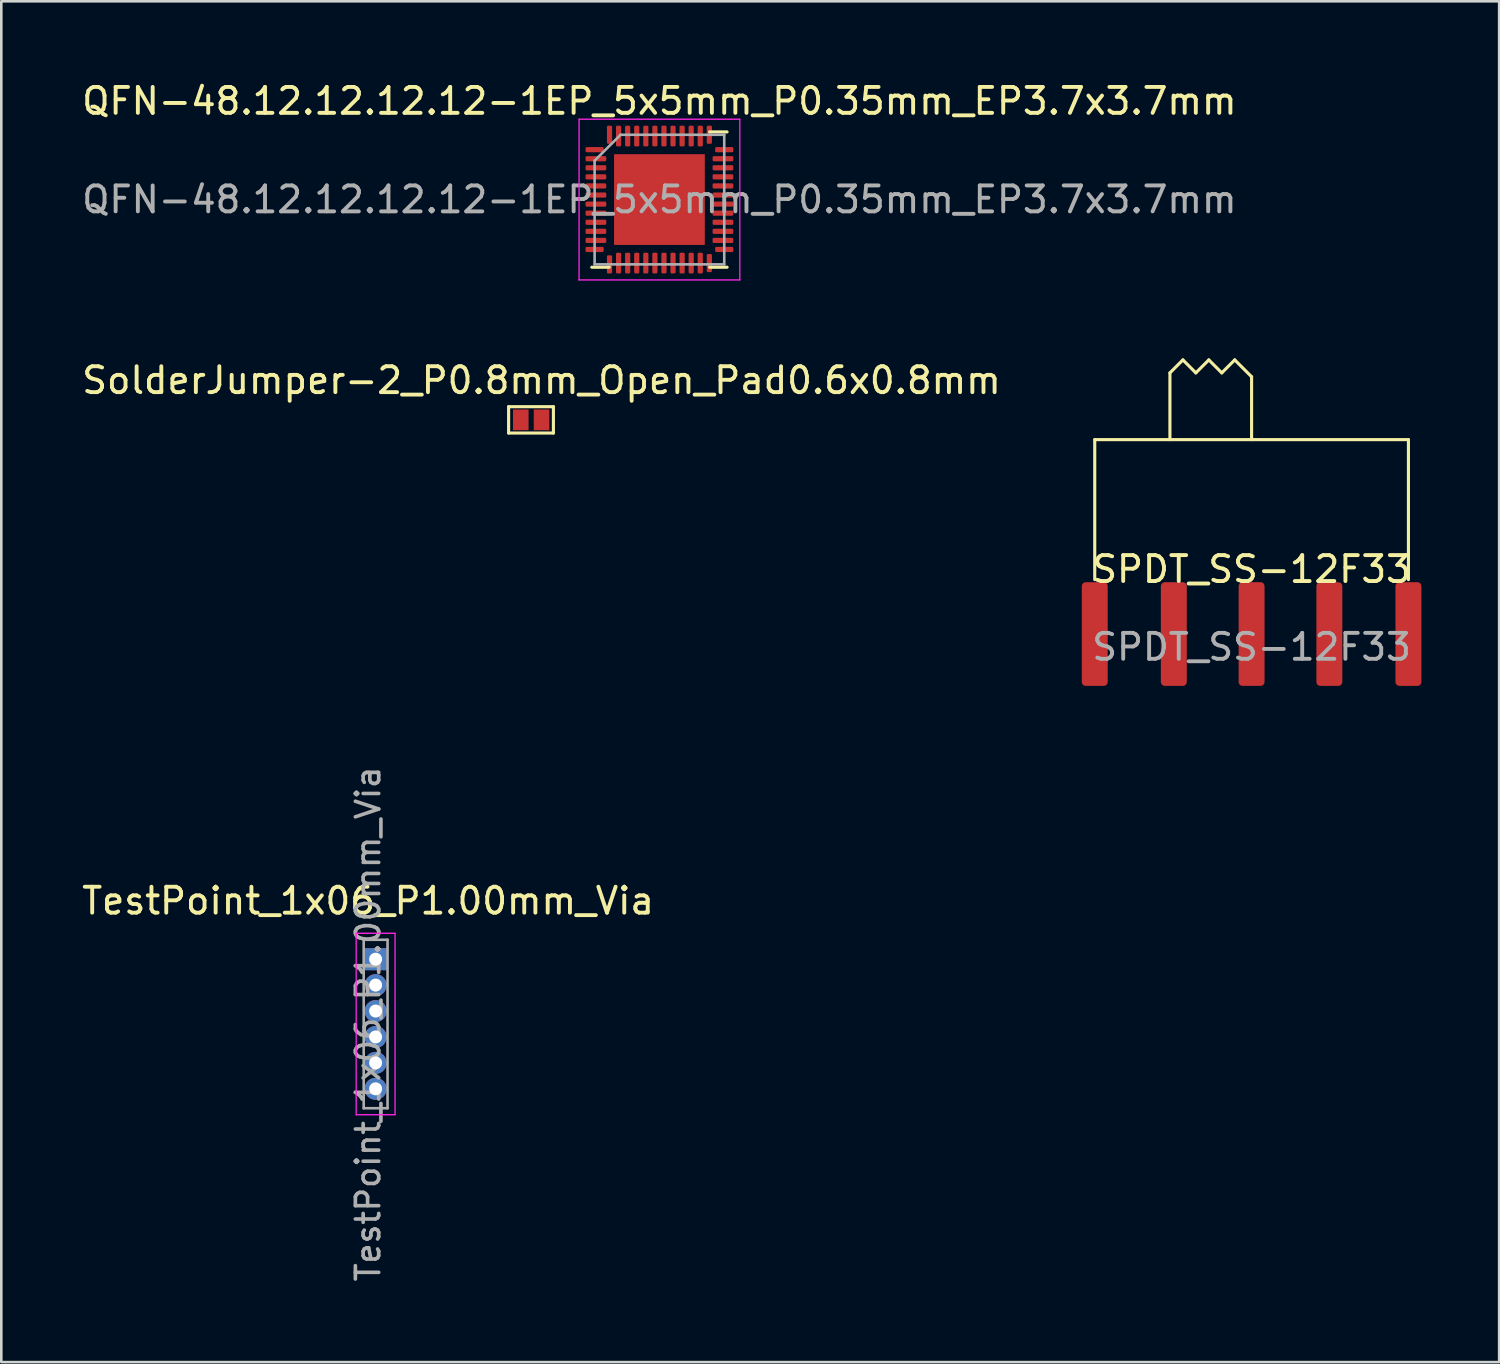
<source format=kicad_pcb>
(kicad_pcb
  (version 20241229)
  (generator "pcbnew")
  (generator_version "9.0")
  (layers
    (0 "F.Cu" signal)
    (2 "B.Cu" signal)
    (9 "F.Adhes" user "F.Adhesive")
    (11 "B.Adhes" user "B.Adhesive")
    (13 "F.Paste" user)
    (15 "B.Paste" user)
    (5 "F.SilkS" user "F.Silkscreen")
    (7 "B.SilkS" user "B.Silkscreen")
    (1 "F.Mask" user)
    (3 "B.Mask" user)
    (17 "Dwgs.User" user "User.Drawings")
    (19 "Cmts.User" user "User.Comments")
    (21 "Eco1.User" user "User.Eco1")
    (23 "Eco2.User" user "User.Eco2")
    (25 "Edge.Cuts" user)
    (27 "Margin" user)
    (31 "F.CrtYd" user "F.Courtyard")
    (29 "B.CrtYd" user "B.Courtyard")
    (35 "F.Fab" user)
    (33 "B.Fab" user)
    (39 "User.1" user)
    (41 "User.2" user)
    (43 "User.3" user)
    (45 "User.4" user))
  (footprint "SPDT_SS-12F33"
    (layer "F.Cu")
    (at 45.229 19.408)
    (property "Reference" "SPDT_SS-12F33" (at 0 -0.5 0) (unlocked yes) (layer "F.SilkS") (effects (font (size 1 1) (thickness 0.15))))
    (attr smd)
    (fp_line (start -6.05 -0.1) (end -6.05 -5.5) (stroke (width 0.12) (type default)) (layer "F.SilkS"))
    (fp_line (start -3.15 -8.075) (end -2.65 -8.575) (stroke (width 0.12) (type default)) (layer "F.SilkS"))
    (fp_line (start -3.15 -5.5) (end -3.15 -8.075) (stroke (width 0.12) (type default)) (layer "F.SilkS"))
    (fp_line (start -2.65 -8.575) (end -2.15 -8.075) (stroke (width 0.12) (type default)) (layer "F.SilkS"))
    (fp_line (start -2.15 -8.075) (end -1.65 -8.575) (stroke (width 0.12) (type default)) (layer "F.SilkS"))
    (fp_line (start -1.65 -8.575) (end -1.15 -8.075) (stroke (width 0.12) (type default)) (layer "F.SilkS"))
    (fp_line (start -1.15 -8.075) (end -0.65 -8.575) (stroke (width 0.12) (type default)) (layer "F.SilkS"))
    (fp_line (start -0.65 -8.575) (end 0 -7.925) (stroke (width 0.12) (type default)) (layer "F.SilkS"))
    (fp_line (start 0 -7.925) (end 0 -5.5) (stroke (width 0.12) (type default)) (layer "F.SilkS"))
    (fp_line (start 6.05 -5.5) (end -6.05 -5.5) (stroke (width 0.12) (type default)) (layer "F.SilkS"))
    (fp_line (start 6.05 -0.1) (end 6.05 -5.5) (stroke (width 0.12) (type default)) (layer "F.SilkS"))
    (fp_text user "${REFERENCE}" (at 0 2.5 0) (unlocked yes) (layer "F.Fab") (effects (font (size 1 1) (thickness 0.15))))
    (pad "1" smd roundrect (at -3 2) (size 1 4) (layers "F.Cu" "F.Mask" "F.Paste") (roundrect_rratio 0.15))
    (pad "2" smd roundrect (at 0 2) (size 1 4) (layers "F.Cu" "F.Mask" "F.Paste") (roundrect_rratio 0.15))
    (pad "3" smd roundrect (at 3 2) (size 1 4) (layers "F.Cu" "F.Mask" "F.Paste") (roundrect_rratio 0.15))
    (pad "4" smd roundrect (at -6.05 2) (size 1 4) (layers "F.Cu" "F.Mask" "F.Paste") (roundrect_rratio 0.15))
    (pad "4" smd roundrect (at 6.05 2) (size 1 4) (layers "F.Cu" "F.Mask" "F.Paste") (roundrect_rratio 0.15)))
  (footprint "SolderJumper-2_P0.8mm_Open_Pad0.6x0.8mm"
    (layer "F.Cu")
    (at 17.443 13.146)
    (property "Reference" "SolderJumper-2_P0.8mm_Open_Pad0.6x0.8mm" (at 0.396 -1.524 0) (layer "F.SilkS") (effects (font (size 1 1) (thickness 0.15))))
    (attr through_hole)
    (fp_line (start -0.874 -0.508) (end 0.854 -0.508) (stroke (width 0.12) (type solid)) (layer "F.SilkS"))
    (fp_line (start -0.874 0.508) (end -0.874 -0.508) (stroke (width 0.12) (type solid)) (layer "F.SilkS"))
    (fp_line (start 0.854 -0.508) (end 0.854 0.508) (stroke (width 0.12) (type solid)) (layer "F.SilkS"))
    (fp_line (start 0.854 0.508) (end -0.874 0.508) (stroke (width 0.12) (type solid)) (layer "F.SilkS"))
    (pad "1" smd rect (at -0.404 0) (size 0.6 0.8) (layers "F.Cu" "F.Mask" "F.Paste"))
    (pad "2" smd rect (at 0.396 0) (size 0.6 0.8) (layers "F.Cu" "F.Mask" "F.Paste")))
  (footprint "QFN-48.12.12.12.12-1EP_5x5mm_P0.35mm_EP3.7x3.7mm"
    (layer "F.Cu")
    (at 22.387 4.648)
    (property "Reference" "QFN-48.12.12.12.12-1EP_5x5mm_P0.35mm_EP3.7x3.7mm" (at 0 -3.8 0) (layer "F.SilkS") (effects (font (size 1 1) (thickness 0.15))))
    (attr smd)
    (fp_line (start -1.935 2.61) (end -2.61 2.61) (stroke (width 0.12) (type solid)) (layer "F.SilkS"))
    (fp_line (start 1.935 -2.61) (end 2.61 -2.61) (stroke (width 0.12) (type solid)) (layer "F.SilkS"))
    (fp_line (start 1.935 2.61) (end 2.61 2.61) (stroke (width 0.12) (type solid)) (layer "F.SilkS"))
    (fp_line (start -3.1 -3.1) (end -3.1 3.1) (stroke (width 0.05) (type solid)) (layer "F.CrtYd"))
    (fp_line (start -3.1 3.1) (end 3.1 3.1) (stroke (width 0.05) (type solid)) (layer "F.CrtYd"))
    (fp_line (start 3.1 -3.1) (end -3.1 -3.1) (stroke (width 0.05) (type solid)) (layer "F.CrtYd"))
    (fp_line (start 3.1 3.1) (end 3.1 -3.1) (stroke (width 0.05) (type solid)) (layer "F.CrtYd"))
    (fp_line (start -2.5 -1.5) (end -1.5 -2.5) (stroke (width 0.1) (type solid)) (layer "F.Fab"))
    (fp_line (start -2.5 2.5) (end -2.5 -1.5) (stroke (width 0.1) (type solid)) (layer "F.Fab"))
    (fp_line (start -1.5 -2.5) (end 2.5 -2.5) (stroke (width 0.1) (type solid)) (layer "F.Fab"))
    (fp_line (start 2.5 -2.5) (end 2.5 2.5) (stroke (width 0.1) (type solid)) (layer "F.Fab"))
    (fp_line (start 2.5 2.5) (end -2.5 2.5) (stroke (width 0.1) (type solid)) (layer "F.Fab"))
    (fp_text user "${REFERENCE}" (at 0 0 0) (layer "F.Fab") (effects (font (size 1 1) (thickness 0.15))))
    (pad "" smd roundrect (at -1.23 -1.23) (size 0.99 0.99) (layers "F.Paste") (roundrect_rratio 0.25))
    (pad "" smd roundrect (at -1.23 0) (size 0.99 0.99) (layers "F.Paste") (roundrect_rratio 0.25))
    (pad "" smd roundrect (at -1.23 1.23) (size 0.99 0.99) (layers "F.Paste") (roundrect_rratio 0.25))
    (pad "" smd roundrect (at 0 -1.23) (size 0.99 0.99) (layers "F.Paste") (roundrect_rratio 0.25))
    (pad "" smd roundrect (at 0 0) (size 0.99 0.99) (layers "F.Paste") (roundrect_rratio 0.25))
    (pad "" smd roundrect (at 0 1.23) (size 0.99 0.99) (layers "F.Paste") (roundrect_rratio 0.25))
    (pad "" smd roundrect (at 1.23 -1.23) (size 0.99 0.99) (layers "F.Paste") (roundrect_rratio 0.25))
    (pad "" smd roundrect (at 1.23 0) (size 0.99 0.99) (layers "F.Paste") (roundrect_rratio 0.25))
    (pad "" smd roundrect (at 1.23 1.23) (size 0.99 0.99) (layers "F.Paste") (roundrect_rratio 0.25))
    (pad "1" smd roundrect (at -2.5 -1.925) (size 0.7 0.2) (layers "F.Cu" "F.Mask" "F.Paste") (roundrect_rratio 0.25))
    (pad "2" smd roundrect (at -2.45 -1.575) (size 0.8 0.2) (layers "F.Cu" "F.Mask" "F.Paste") (roundrect_rratio 0.25))
    (pad "3" smd roundrect (at -2.45 -1.225) (size 0.8 0.2) (layers "F.Cu" "F.Mask" "F.Paste") (roundrect_rratio 0.25))
    (pad "4" smd roundrect (at -2.45 -0.875) (size 0.8 0.2) (layers "F.Cu" "F.Mask" "F.Paste") (roundrect_rratio 0.25))
    (pad "5" smd roundrect (at -2.45 -0.525) (size 0.8 0.2) (layers "F.Cu" "F.Mask" "F.Paste") (roundrect_rratio 0.25))
    (pad "6" smd roundrect (at -2.45 -0.175) (size 0.8 0.2) (layers "F.Cu" "F.Mask" "F.Paste") (roundrect_rratio 0.25))
    (pad "7" smd roundrect (at -2.45 0.175) (size 0.8 0.2) (layers "F.Cu" "F.Mask" "F.Paste") (roundrect_rratio 0.25))
    (pad "8" smd roundrect (at -2.45 0.525) (size 0.8 0.2) (layers "F.Cu" "F.Mask" "F.Paste") (roundrect_rratio 0.25))
    (pad "9" smd roundrect (at -2.45 0.875) (size 0.8 0.2) (layers "F.Cu" "F.Mask" "F.Paste") (roundrect_rratio 0.25))
    (pad "10" smd roundrect (at -2.45 1.225) (size 0.8 0.2) (layers "F.Cu" "F.Mask" "F.Paste") (roundrect_rratio 0.25))
    (pad "11" smd roundrect (at -2.45 1.575) (size 0.8 0.2) (layers "F.Cu" "F.Mask" "F.Paste") (roundrect_rratio 0.25))
    (pad "12" smd roundrect (at -2.5 1.925) (size 0.7 0.2) (layers "F.Cu" "F.Mask" "F.Paste") (roundrect_rratio 0.25))
    (pad "13" smd roundrect (at -1.925 2.5 90) (size 0.7 0.2) (layers "F.Cu" "F.Mask" "F.Paste") (roundrect_rratio 0.25))
    (pad "14" smd roundrect (at -1.575 2.45 90) (size 0.8 0.2) (layers "F.Cu" "F.Mask" "F.Paste") (roundrect_rratio 0.25))
    (pad "15" smd roundrect (at -1.225 2.45) (size 0.2 0.8) (layers "F.Cu" "F.Mask" "F.Paste") (roundrect_rratio 0.25))
    (pad "16" smd roundrect (at -0.875 2.45) (size 0.2 0.8) (layers "F.Cu" "F.Mask" "F.Paste") (roundrect_rratio 0.25))
    (pad "17" smd roundrect (at -0.525 2.45) (size 0.2 0.8) (layers "F.Cu" "F.Mask" "F.Paste") (roundrect_rratio 0.25))
    (pad "18" smd roundrect (at -0.175 2.45) (size 0.2 0.8) (layers "F.Cu" "F.Mask" "F.Paste") (roundrect_rratio 0.25))
    (pad "19" smd roundrect (at 0.175 2.45) (size 0.2 0.8) (layers "F.Cu" "F.Mask" "F.Paste") (roundrect_rratio 0.25))
    (pad "20" smd roundrect (at 0.525 2.45) (size 0.2 0.8) (layers "F.Cu" "F.Mask" "F.Paste") (roundrect_rratio 0.25))
    (pad "21" smd roundrect (at 0.875 2.45) (size 0.2 0.8) (layers "F.Cu" "F.Mask" "F.Paste") (roundrect_rratio 0.25))
    (pad "22" smd roundrect (at 1.225 2.45) (size 0.2 0.8) (layers "F.Cu" "F.Mask" "F.Paste") (roundrect_rratio 0.25))
    (pad "23" smd roundrect (at 1.575 2.45) (size 0.2 0.8) (layers "F.Cu" "F.Mask" "F.Paste") (roundrect_rratio 0.25))
    (pad "24" smd roundrect (at 1.925 2.45) (size 0.2 0.7) (layers "F.Cu" "F.Mask" "F.Paste") (roundrect_rratio 0.25))
    (pad "25" smd roundrect (at 2.5 1.925 180) (size 0.7 0.2) (layers "F.Cu" "F.Mask" "F.Paste") (roundrect_rratio 0.25))
    (pad "26" smd roundrect (at 2.45 1.575) (size 0.8 0.2) (layers "F.Cu" "F.Mask" "F.Paste") (roundrect_rratio 0.25))
    (pad "27" smd roundrect (at 2.45 1.225) (size 0.8 0.2) (layers "F.Cu" "F.Mask" "F.Paste") (roundrect_rratio 0.25))
    (pad "28" smd roundrect (at 2.45 0.875) (size 0.8 0.2) (layers "F.Cu" "F.Mask" "F.Paste") (roundrect_rratio 0.25))
    (pad "29" smd roundrect (at 2.45 0.525) (size 0.8 0.2) (layers "F.Cu" "F.Mask" "F.Paste") (roundrect_rratio 0.25))
    (pad "30" smd roundrect (at 2.45 0.175) (size 0.8 0.2) (layers "F.Cu" "F.Mask" "F.Paste") (roundrect_rratio 0.25))
    (pad "31" smd roundrect (at 2.45 -0.175) (size 0.8 0.2) (layers "F.Cu" "F.Mask" "F.Paste") (roundrect_rratio 0.25))
    (pad "32" smd roundrect (at 2.45 -0.525) (size 0.8 0.2) (layers "F.Cu" "F.Mask" "F.Paste") (roundrect_rratio 0.25))
    (pad "33" smd roundrect (at 2.45 -0.875) (size 0.8 0.2) (layers "F.Cu" "F.Mask" "F.Paste") (roundrect_rratio 0.25))
    (pad "34" smd roundrect (at 2.45 -1.225) (size 0.8 0.2) (layers "F.Cu" "F.Mask" "F.Paste") (roundrect_rratio 0.25))
    (pad "35" smd roundrect (at 2.45 -1.575) (size 0.8 0.2) (layers "F.Cu" "F.Mask" "F.Paste") (roundrect_rratio 0.25))
    (pad "36" smd roundrect (at 2.5 -1.925) (size 0.7 0.2) (layers "F.Cu" "F.Mask" "F.Paste") (roundrect_rratio 0.25))
    (pad "37" smd roundrect (at 1.925 -2.5 90) (size 0.7 0.2) (layers "F.Cu" "F.Mask" "F.Paste") (roundrect_rratio 0.25))
    (pad "38" smd roundrect (at 1.575 -2.45 90) (size 0.8 0.2) (layers "F.Cu" "F.Mask" "F.Paste") (roundrect_rratio 0.25))
    (pad "39" smd roundrect (at 1.225 -2.45) (size 0.2 0.8) (layers "F.Cu" "F.Mask" "F.Paste") (roundrect_rratio 0.25))
    (pad "40" smd roundrect (at 0.875 -2.45) (size 0.2 0.8) (layers "F.Cu" "F.Mask" "F.Paste") (roundrect_rratio 0.25))
    (pad "41" smd roundrect (at 0.525 -2.45) (size 0.2 0.8) (layers "F.Cu" "F.Mask" "F.Paste") (roundrect_rratio 0.25))
    (pad "42" smd roundrect (at 0.175 -2.45) (size 0.2 0.8) (layers "F.Cu" "F.Mask" "F.Paste") (roundrect_rratio 0.25))
    (pad "43" smd roundrect (at -0.175 -2.45) (size 0.2 0.8) (layers "F.Cu" "F.Mask" "F.Paste") (roundrect_rratio 0.25))
    (pad "44" smd roundrect (at -0.525 -2.45) (size 0.2 0.8) (layers "F.Cu" "F.Mask" "F.Paste") (roundrect_rratio 0.25))
    (pad "45" smd roundrect (at -0.875 -2.45) (size 0.2 0.8) (layers "F.Cu" "F.Mask" "F.Paste") (roundrect_rratio 0.25))
    (pad "46" smd roundrect (at -1.225 -2.45) (size 0.2 0.8) (layers "F.Cu" "F.Mask" "F.Paste") (roundrect_rratio 0.25))
    (pad "47" smd roundrect (at -1.575 -2.45) (size 0.2 0.8) (layers "F.Cu" "F.Mask" "F.Paste") (roundrect_rratio 0.25))
    (pad "48" smd roundrect (at -1.925 -2.5) (size 0.2 0.7) (layers "F.Cu" "F.Mask" "F.Paste") (roundrect_rratio 0.25))
    (pad "49" smd rect (at 0 0) (size 3.5 3.5) (layers "F.Cu" "F.Mask")))
  (footprint "TestPoint_1x06_P1.00mm_Via"
    (layer "F.Cu")
    (at 11.439 33.95)
    (property "Reference" "TestPoint_1x06_P1.00mm_Via" (at -0.29 -2.25 0) (layer "F.SilkS") (effects (font (size 1 1) (thickness 0.15))))
    (attr through_hole)
    (fp_line (start -0.75 -1) (end 0.75 -1) (stroke (width 0.05) (type solid)) (layer "F.CrtYd"))
    (fp_line (start -0.75 6) (end -0.75 -1) (stroke (width 0.05) (type solid)) (layer "F.CrtYd"))
    (fp_line (start 0.75 -1) (end 0.75 6) (stroke (width 0.05) (type solid)) (layer "F.CrtYd"))
    (fp_line (start 0.75 6) (end -0.75 6) (stroke (width 0.05) (type solid)) (layer "F.CrtYd"))
    (fp_line (start -0.46 -0.75) (end 0.46 -0.75) (stroke (width 0.1) (type solid)) (layer "F.Fab"))
    (fp_line (start -0.46 5.75) (end -0.46 -0.75) (stroke (width 0.1) (type solid)) (layer "F.Fab"))
    (fp_line (start 0.46 -0.75) (end 0.46 5.75) (stroke (width 0.1) (type solid)) (layer "F.Fab"))
    (fp_line (start 0.46 5.75) (end -0.46 5.75) (stroke (width 0.1) (type solid)) (layer "F.Fab"))
    (fp_text user "${REFERENCE}" (at -0.29 2.5 90) (layer "F.Fab") (effects (font (size 0.9 0.9) (thickness 0.14))))
    (pad "1" thru_hole rect (at 0 0) (size 0.85 0.85) (drill 0.5) (layers "*.Cu" "*.Mask"))
    (pad "2" thru_hole oval (at 0 1) (size 0.85 0.85) (drill 0.5) (layers "*.Cu" "*.Mask"))
    (pad "3" thru_hole oval (at 0 2) (size 0.85 0.85) (drill 0.5) (layers "*.Cu" "*.Mask"))
    (pad "4" thru_hole oval (at 0 3) (size 0.85 0.85) (drill 0.5) (layers "*.Cu" "*.Mask"))
    (pad "5" thru_hole oval (at 0 4) (size 0.85 0.85) (drill 0.5) (layers "*.Cu" "*.Mask"))
    (pad "6" thru_hole oval (at 0 5) (size 0.85 0.85) (drill 0.5) (layers "*.Cu" "*.Mask")))
  (gr_rect
    (start -3 -3)
    (end 54.779 49.491)
    (stroke (width 0.1) (type default))
    (fill no)
    (layer "Edge.Cuts")))
</source>
